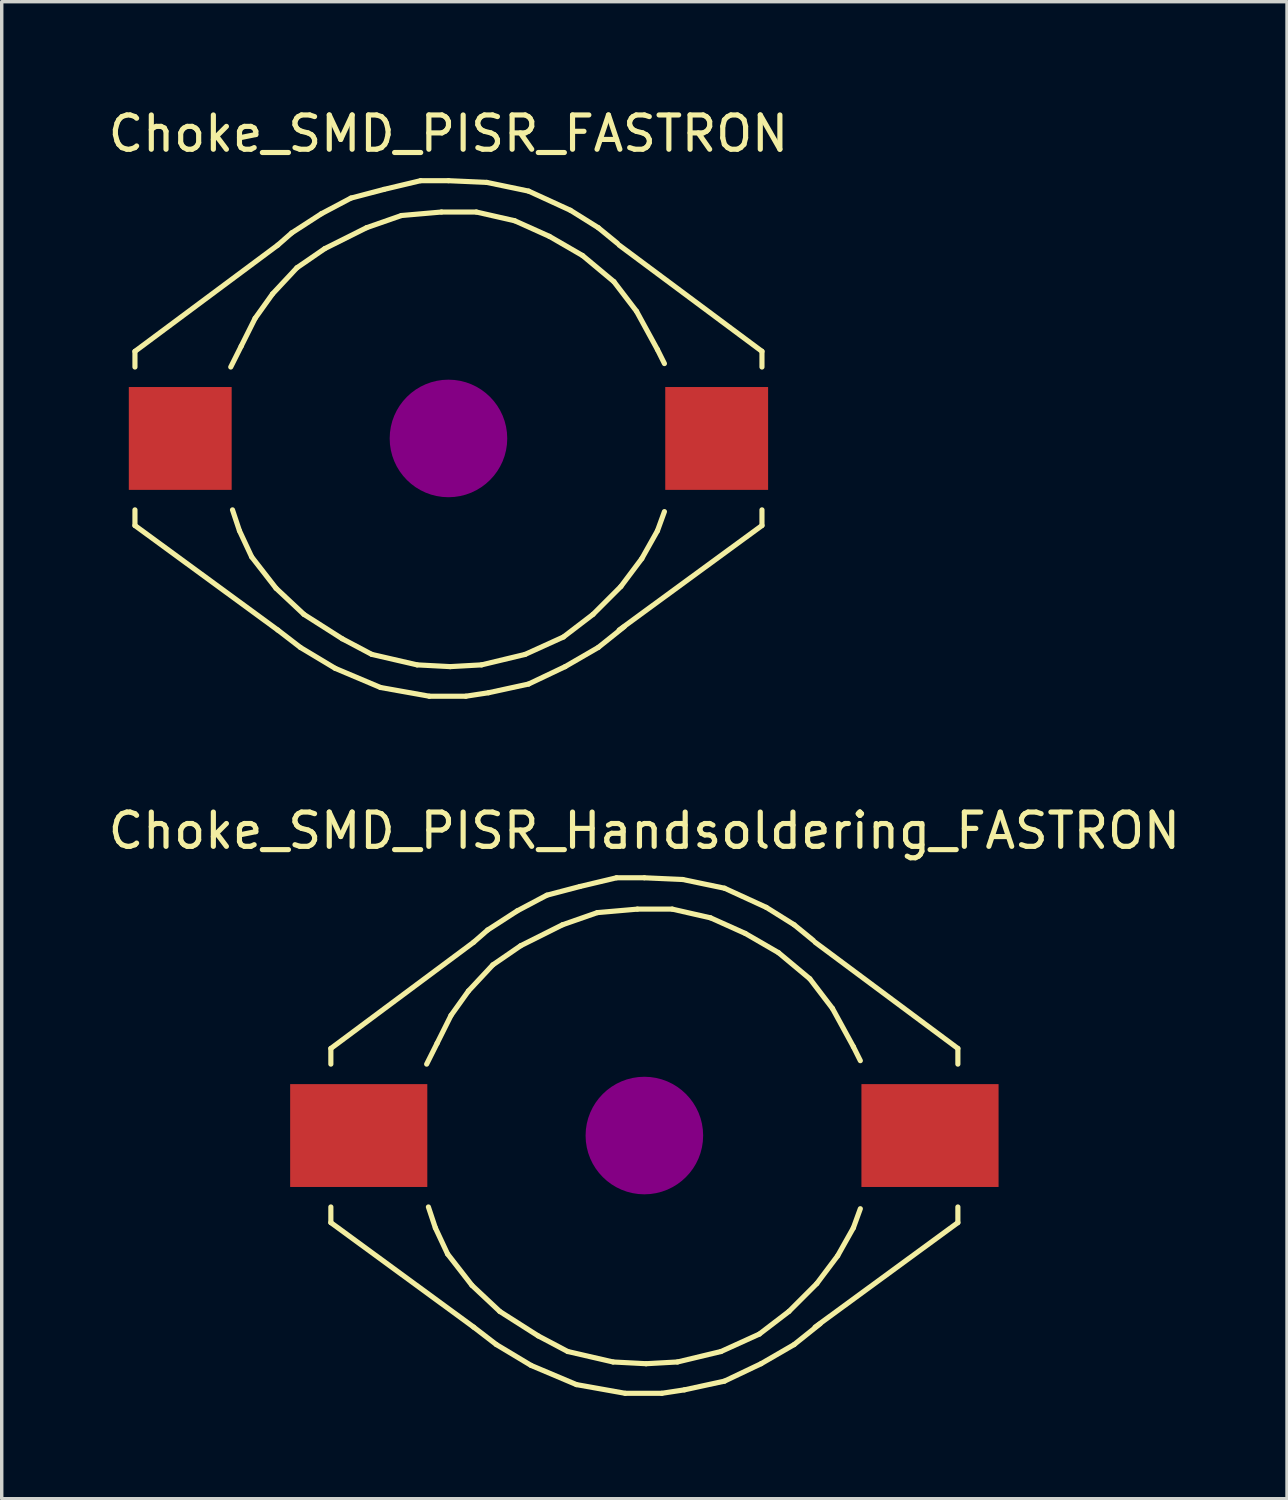
<source format=kicad_pcb>
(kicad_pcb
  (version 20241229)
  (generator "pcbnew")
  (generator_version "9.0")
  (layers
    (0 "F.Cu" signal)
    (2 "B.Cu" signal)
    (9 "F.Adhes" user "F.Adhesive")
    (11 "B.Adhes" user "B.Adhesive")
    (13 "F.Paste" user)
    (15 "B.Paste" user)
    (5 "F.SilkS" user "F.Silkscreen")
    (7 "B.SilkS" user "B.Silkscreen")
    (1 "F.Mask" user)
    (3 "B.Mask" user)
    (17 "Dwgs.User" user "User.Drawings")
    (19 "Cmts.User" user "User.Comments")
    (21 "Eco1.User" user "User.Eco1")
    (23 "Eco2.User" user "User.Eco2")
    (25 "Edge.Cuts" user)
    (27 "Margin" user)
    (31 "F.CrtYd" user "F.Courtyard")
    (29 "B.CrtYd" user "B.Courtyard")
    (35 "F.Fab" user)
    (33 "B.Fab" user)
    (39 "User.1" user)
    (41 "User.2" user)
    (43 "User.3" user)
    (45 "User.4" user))
  (footprint "Choke_SMD_PISR_Handsoldering_FASTRON"
    (layer "F.Cu")
    (at 15.744 30.07)
    (property "Reference" "Choke_SMD_PISR_Handsoldering_FASTRON" (at 0 -8.89 0) (layer "F.SilkS") (effects (font (size 1 1) (thickness 0.15))))
    (attr smd)
    (fp_line (start -9.144 -2.54) (end -4.978 -5.639) (stroke (width 0.15) (type solid)) (layer "F.SilkS"))
    (fp_line (start -9.144 -2.083) (end -9.144 -2.54) (stroke (width 0.15) (type solid)) (layer "F.SilkS"))
    (fp_line (start -9.144 2.083) (end -9.144 2.54) (stroke (width 0.15) (type solid)) (layer "F.SilkS"))
    (fp_line (start -9.144 2.54) (end -4.978 5.588) (stroke (width 0.15) (type solid)) (layer "F.SilkS"))
    (fp_line (start -6.35 -2.083) (end -6.045 -2.692) (stroke (width 0.15) (type solid)) (layer "F.SilkS"))
    (fp_line (start -6.299 2.083) (end -6.096 2.692) (stroke (width 0.15) (type solid)) (layer "F.SilkS"))
    (fp_line (start -6.096 2.692) (end -5.74 3.454) (stroke (width 0.15) (type solid)) (layer "F.SilkS"))
    (fp_line (start -6.045 -2.692) (end -5.639 -3.505) (stroke (width 0.15) (type solid)) (layer "F.SilkS"))
    (fp_line (start -5.74 3.454) (end -5.029 4.369) (stroke (width 0.15) (type solid)) (layer "F.SilkS"))
    (fp_line (start -5.639 -3.505) (end -5.131 -4.216) (stroke (width 0.15) (type solid)) (layer "F.SilkS"))
    (fp_line (start -5.131 -4.216) (end -4.42 -4.978) (stroke (width 0.15) (type solid)) (layer "F.SilkS"))
    (fp_line (start -5.029 4.369) (end -4.216 5.131) (stroke (width 0.15) (type solid)) (layer "F.SilkS"))
    (fp_line (start -4.978 -5.639) (end -4.572 -5.994) (stroke (width 0.15) (type solid)) (layer "F.SilkS"))
    (fp_line (start -4.978 5.588) (end -4.318 6.096) (stroke (width 0.15) (type solid)) (layer "F.SilkS"))
    (fp_line (start -4.572 -5.994) (end -3.708 -6.553) (stroke (width 0.15) (type solid)) (layer "F.SilkS"))
    (fp_line (start -4.42 -4.978) (end -3.607 -5.537) (stroke (width 0.15) (type solid)) (layer "F.SilkS"))
    (fp_line (start -4.318 6.096) (end -3.302 6.706) (stroke (width 0.15) (type solid)) (layer "F.SilkS"))
    (fp_line (start -4.216 5.131) (end -3.099 5.842) (stroke (width 0.15) (type solid)) (layer "F.SilkS"))
    (fp_line (start -3.708 -6.553) (end -2.845 -7.01) (stroke (width 0.15) (type solid)) (layer "F.SilkS"))
    (fp_line (start -3.607 -5.537) (end -2.388 -6.147) (stroke (width 0.15) (type solid)) (layer "F.SilkS"))
    (fp_line (start -3.302 6.706) (end -1.981 7.264) (stroke (width 0.15) (type solid)) (layer "F.SilkS"))
    (fp_line (start -3.099 5.842) (end -2.235 6.299) (stroke (width 0.15) (type solid)) (layer "F.SilkS"))
    (fp_line (start -2.845 -7.01) (end -1.88 -7.264) (stroke (width 0.15) (type solid)) (layer "F.SilkS"))
    (fp_line (start -2.388 -6.147) (end -1.372 -6.502) (stroke (width 0.15) (type solid)) (layer "F.SilkS"))
    (fp_line (start -2.235 6.299) (end -0.914 6.604) (stroke (width 0.15) (type solid)) (layer "F.SilkS"))
    (fp_line (start -1.981 7.264) (end -0.559 7.518) (stroke (width 0.15) (type solid)) (layer "F.SilkS"))
    (fp_line (start -1.88 -7.264) (end -0.813 -7.518) (stroke (width 0.15) (type solid)) (layer "F.SilkS"))
    (fp_line (start -1.372 -6.502) (end -0.203 -6.604) (stroke (width 0.15) (type solid)) (layer "F.SilkS"))
    (fp_line (start -0.914 6.604) (end 0.051 6.655) (stroke (width 0.15) (type solid)) (layer "F.SilkS"))
    (fp_line (start -0.813 -7.518) (end 0 -7.518) (stroke (width 0.15) (type solid)) (layer "F.SilkS"))
    (fp_line (start -0.559 7.518) (end 0.508 7.518) (stroke (width 0.15) (type solid)) (layer "F.SilkS"))
    (fp_line (start -0.203 -6.604) (end 0.813 -6.604) (stroke (width 0.15) (type solid)) (layer "F.SilkS"))
    (fp_line (start 0 -7.518) (end 1.118 -7.468) (stroke (width 0.15) (type solid)) (layer "F.SilkS"))
    (fp_line (start 0.051 6.655) (end 0.965 6.604) (stroke (width 0.15) (type solid)) (layer "F.SilkS"))
    (fp_line (start 0.508 7.518) (end 1.168 7.417) (stroke (width 0.15) (type solid)) (layer "F.SilkS"))
    (fp_line (start 0.813 -6.604) (end 1.93 -6.35) (stroke (width 0.15) (type solid)) (layer "F.SilkS"))
    (fp_line (start 0.965 6.604) (end 2.235 6.299) (stroke (width 0.15) (type solid)) (layer "F.SilkS"))
    (fp_line (start 1.118 -7.468) (end 2.337 -7.214) (stroke (width 0.15) (type solid)) (layer "F.SilkS"))
    (fp_line (start 1.168 7.417) (end 2.337 7.163) (stroke (width 0.15) (type solid)) (layer "F.SilkS"))
    (fp_line (start 1.93 -6.35) (end 2.946 -5.893) (stroke (width 0.15) (type solid)) (layer "F.SilkS"))
    (fp_line (start 2.235 6.299) (end 3.353 5.791) (stroke (width 0.15) (type solid)) (layer "F.SilkS"))
    (fp_line (start 2.337 -7.214) (end 3.556 -6.655) (stroke (width 0.15) (type solid)) (layer "F.SilkS"))
    (fp_line (start 2.337 7.163) (end 3.404 6.655) (stroke (width 0.15) (type solid)) (layer "F.SilkS"))
    (fp_line (start 2.946 -5.893) (end 3.912 -5.334) (stroke (width 0.15) (type solid)) (layer "F.SilkS"))
    (fp_line (start 3.353 5.791) (end 4.216 5.131) (stroke (width 0.15) (type solid)) (layer "F.SilkS"))
    (fp_line (start 3.404 6.655) (end 4.369 6.096) (stroke (width 0.15) (type solid)) (layer "F.SilkS"))
    (fp_line (start 3.556 -6.655) (end 4.369 -6.147) (stroke (width 0.15) (type solid)) (layer "F.SilkS"))
    (fp_line (start 3.912 -5.334) (end 4.826 -4.572) (stroke (width 0.15) (type solid)) (layer "F.SilkS"))
    (fp_line (start 4.216 5.131) (end 5.029 4.318) (stroke (width 0.15) (type solid)) (layer "F.SilkS"))
    (fp_line (start 4.369 -6.147) (end 4.928 -5.69) (stroke (width 0.15) (type solid)) (layer "F.SilkS"))
    (fp_line (start 4.369 6.096) (end 5.131 5.486) (stroke (width 0.15) (type solid)) (layer "F.SilkS"))
    (fp_line (start 4.826 -4.572) (end 5.486 -3.708) (stroke (width 0.15) (type solid)) (layer "F.SilkS"))
    (fp_line (start 5.029 4.318) (end 5.639 3.505) (stroke (width 0.15) (type solid)) (layer "F.SilkS"))
    (fp_line (start 5.486 -3.708) (end 6.096 -2.591) (stroke (width 0.15) (type solid)) (layer "F.SilkS"))
    (fp_line (start 5.639 3.505) (end 6.096 2.692) (stroke (width 0.15) (type solid)) (layer "F.SilkS"))
    (fp_line (start 6.096 -2.591) (end 6.299 -2.184) (stroke (width 0.15) (type solid)) (layer "F.SilkS"))
    (fp_line (start 6.096 2.692) (end 6.299 2.134) (stroke (width 0.15) (type solid)) (layer "F.SilkS"))
    (fp_line (start 9.144 -2.54) (end 4.978 -5.639) (stroke (width 0.15) (type solid)) (layer "F.SilkS"))
    (fp_line (start 9.144 -2.083) (end 9.144 -2.54) (stroke (width 0.15) (type solid)) (layer "F.SilkS"))
    (fp_line (start 9.144 2.083) (end 9.144 2.54) (stroke (width 0.15) (type solid)) (layer "F.SilkS"))
    (fp_line (start 9.144 2.54) (end 4.978 5.588) (stroke (width 0.15) (type solid)) (layer "F.SilkS"))
    (fp_line (start 0 -0.254) (end 0 0.254) (stroke (width 0.381) (type solid)) (layer "F.Adhes"))
    (fp_circle (center 0 0) (end 0 0.254) (stroke (width 0.381) (type solid)) (fill no) (layer "F.Adhes"))
    (fp_circle (center 0 0) (end 0 0.508) (stroke (width 0.381) (type solid)) (fill no) (layer "F.Adhes"))
    (fp_circle (center 0 0) (end 0 0.762) (stroke (width 0.381) (type solid)) (fill no) (layer "F.Adhes"))
    (fp_circle (center 0 0) (end 0 1.016) (stroke (width 0.381) (type solid)) (fill no) (layer "F.Adhes"))
    (fp_circle (center 0 0) (end 0 1.27) (stroke (width 0.381) (type solid)) (fill no) (layer "F.Adhes"))
    (fp_circle (center 0 0) (end 0 1.524) (stroke (width 0.381) (type solid)) (fill no) (layer "F.Adhes"))
    (pad "1" smd rect (at 8.331 0) (size 4 3) (layers "F.Cu" "F.Mask" "F.Paste"))
    (pad "2" smd rect (at -8.331 0) (size 4 3) (layers "F.Cu" "F.Mask" "F.Paste")))
  (footprint "Choke_SMD_PISR_FASTRON"
    (layer "F.Cu")
    (at 10.03 9.738)
    (property "Reference" "Choke_SMD_PISR_FASTRON" (at 0 -8.89 0) (layer "F.SilkS") (effects (font (size 1 1) (thickness 0.15))))
    (attr smd)
    (fp_line (start -9.144 -2.54) (end -4.978 -5.639) (stroke (width 0.15) (type solid)) (layer "F.SilkS"))
    (fp_line (start -9.144 -2.083) (end -9.144 -2.54) (stroke (width 0.15) (type solid)) (layer "F.SilkS"))
    (fp_line (start -9.144 2.083) (end -9.144 2.54) (stroke (width 0.15) (type solid)) (layer "F.SilkS"))
    (fp_line (start -9.144 2.54) (end -4.978 5.588) (stroke (width 0.15) (type solid)) (layer "F.SilkS"))
    (fp_line (start -6.35 -2.083) (end -6.045 -2.692) (stroke (width 0.15) (type solid)) (layer "F.SilkS"))
    (fp_line (start -6.299 2.083) (end -6.096 2.692) (stroke (width 0.15) (type solid)) (layer "F.SilkS"))
    (fp_line (start -6.096 2.692) (end -5.74 3.454) (stroke (width 0.15) (type solid)) (layer "F.SilkS"))
    (fp_line (start -6.045 -2.692) (end -5.639 -3.505) (stroke (width 0.15) (type solid)) (layer "F.SilkS"))
    (fp_line (start -5.74 3.454) (end -5.029 4.369) (stroke (width 0.15) (type solid)) (layer "F.SilkS"))
    (fp_line (start -5.639 -3.505) (end -5.131 -4.216) (stroke (width 0.15) (type solid)) (layer "F.SilkS"))
    (fp_line (start -5.131 -4.216) (end -4.42 -4.978) (stroke (width 0.15) (type solid)) (layer "F.SilkS"))
    (fp_line (start -5.029 4.369) (end -4.216 5.131) (stroke (width 0.15) (type solid)) (layer "F.SilkS"))
    (fp_line (start -4.978 -5.639) (end -4.572 -5.994) (stroke (width 0.15) (type solid)) (layer "F.SilkS"))
    (fp_line (start -4.978 5.588) (end -4.318 6.096) (stroke (width 0.15) (type solid)) (layer "F.SilkS"))
    (fp_line (start -4.572 -5.994) (end -3.708 -6.553) (stroke (width 0.15) (type solid)) (layer "F.SilkS"))
    (fp_line (start -4.42 -4.978) (end -3.607 -5.537) (stroke (width 0.15) (type solid)) (layer "F.SilkS"))
    (fp_line (start -4.318 6.096) (end -3.302 6.706) (stroke (width 0.15) (type solid)) (layer "F.SilkS"))
    (fp_line (start -4.216 5.131) (end -3.099 5.842) (stroke (width 0.15) (type solid)) (layer "F.SilkS"))
    (fp_line (start -3.708 -6.553) (end -2.845 -7.01) (stroke (width 0.15) (type solid)) (layer "F.SilkS"))
    (fp_line (start -3.607 -5.537) (end -2.388 -6.147) (stroke (width 0.15) (type solid)) (layer "F.SilkS"))
    (fp_line (start -3.302 6.706) (end -1.981 7.264) (stroke (width 0.15) (type solid)) (layer "F.SilkS"))
    (fp_line (start -3.099 5.842) (end -2.235 6.299) (stroke (width 0.15) (type solid)) (layer "F.SilkS"))
    (fp_line (start -2.845 -7.01) (end -1.88 -7.264) (stroke (width 0.15) (type solid)) (layer "F.SilkS"))
    (fp_line (start -2.388 -6.147) (end -1.372 -6.502) (stroke (width 0.15) (type solid)) (layer "F.SilkS"))
    (fp_line (start -2.235 6.299) (end -0.914 6.604) (stroke (width 0.15) (type solid)) (layer "F.SilkS"))
    (fp_line (start -1.981 7.264) (end -0.559 7.518) (stroke (width 0.15) (type solid)) (layer "F.SilkS"))
    (fp_line (start -1.88 -7.264) (end -0.813 -7.518) (stroke (width 0.15) (type solid)) (layer "F.SilkS"))
    (fp_line (start -1.372 -6.502) (end -0.203 -6.604) (stroke (width 0.15) (type solid)) (layer "F.SilkS"))
    (fp_line (start -0.914 6.604) (end 0.051 6.655) (stroke (width 0.15) (type solid)) (layer "F.SilkS"))
    (fp_line (start -0.813 -7.518) (end 0 -7.518) (stroke (width 0.15) (type solid)) (layer "F.SilkS"))
    (fp_line (start -0.559 7.518) (end 0.508 7.518) (stroke (width 0.15) (type solid)) (layer "F.SilkS"))
    (fp_line (start -0.203 -6.604) (end 0.813 -6.604) (stroke (width 0.15) (type solid)) (layer "F.SilkS"))
    (fp_line (start 0 -7.518) (end 1.118 -7.468) (stroke (width 0.15) (type solid)) (layer "F.SilkS"))
    (fp_line (start 0.051 6.655) (end 0.965 6.604) (stroke (width 0.15) (type solid)) (layer "F.SilkS"))
    (fp_line (start 0.508 7.518) (end 1.168 7.417) (stroke (width 0.15) (type solid)) (layer "F.SilkS"))
    (fp_line (start 0.813 -6.604) (end 1.93 -6.35) (stroke (width 0.15) (type solid)) (layer "F.SilkS"))
    (fp_line (start 0.965 6.604) (end 2.235 6.299) (stroke (width 0.15) (type solid)) (layer "F.SilkS"))
    (fp_line (start 1.118 -7.468) (end 2.337 -7.214) (stroke (width 0.15) (type solid)) (layer "F.SilkS"))
    (fp_line (start 1.168 7.417) (end 2.337 7.163) (stroke (width 0.15) (type solid)) (layer "F.SilkS"))
    (fp_line (start 1.93 -6.35) (end 2.946 -5.893) (stroke (width 0.15) (type solid)) (layer "F.SilkS"))
    (fp_line (start 2.235 6.299) (end 3.353 5.791) (stroke (width 0.15) (type solid)) (layer "F.SilkS"))
    (fp_line (start 2.337 -7.214) (end 3.556 -6.655) (stroke (width 0.15) (type solid)) (layer "F.SilkS"))
    (fp_line (start 2.337 7.163) (end 3.404 6.655) (stroke (width 0.15) (type solid)) (layer "F.SilkS"))
    (fp_line (start 2.946 -5.893) (end 3.912 -5.334) (stroke (width 0.15) (type solid)) (layer "F.SilkS"))
    (fp_line (start 3.353 5.791) (end 4.216 5.131) (stroke (width 0.15) (type solid)) (layer "F.SilkS"))
    (fp_line (start 3.404 6.655) (end 4.369 6.096) (stroke (width 0.15) (type solid)) (layer "F.SilkS"))
    (fp_line (start 3.556 -6.655) (end 4.369 -6.147) (stroke (width 0.15) (type solid)) (layer "F.SilkS"))
    (fp_line (start 3.912 -5.334) (end 4.826 -4.572) (stroke (width 0.15) (type solid)) (layer "F.SilkS"))
    (fp_line (start 4.216 5.131) (end 5.029 4.318) (stroke (width 0.15) (type solid)) (layer "F.SilkS"))
    (fp_line (start 4.369 -6.147) (end 4.928 -5.69) (stroke (width 0.15) (type solid)) (layer "F.SilkS"))
    (fp_line (start 4.369 6.096) (end 5.131 5.486) (stroke (width 0.15) (type solid)) (layer "F.SilkS"))
    (fp_line (start 4.826 -4.572) (end 5.486 -3.708) (stroke (width 0.15) (type solid)) (layer "F.SilkS"))
    (fp_line (start 5.029 4.318) (end 5.639 3.505) (stroke (width 0.15) (type solid)) (layer "F.SilkS"))
    (fp_line (start 5.486 -3.708) (end 6.096 -2.591) (stroke (width 0.15) (type solid)) (layer "F.SilkS"))
    (fp_line (start 5.639 3.505) (end 6.096 2.692) (stroke (width 0.15) (type solid)) (layer "F.SilkS"))
    (fp_line (start 6.096 -2.591) (end 6.299 -2.184) (stroke (width 0.15) (type solid)) (layer "F.SilkS"))
    (fp_line (start 6.096 2.692) (end 6.299 2.134) (stroke (width 0.15) (type solid)) (layer "F.SilkS"))
    (fp_line (start 9.144 -2.54) (end 4.978 -5.639) (stroke (width 0.15) (type solid)) (layer "F.SilkS"))
    (fp_line (start 9.144 -2.083) (end 9.144 -2.54) (stroke (width 0.15) (type solid)) (layer "F.SilkS"))
    (fp_line (start 9.144 2.083) (end 9.144 2.54) (stroke (width 0.15) (type solid)) (layer "F.SilkS"))
    (fp_line (start 9.144 2.54) (end 4.978 5.588) (stroke (width 0.15) (type solid)) (layer "F.SilkS"))
    (fp_line (start 0 -0.254) (end 0 0.254) (stroke (width 0.381) (type solid)) (layer "F.Adhes"))
    (fp_circle (center 0 0) (end 0 0.254) (stroke (width 0.381) (type solid)) (fill no) (layer "F.Adhes"))
    (fp_circle (center 0 0) (end 0 0.508) (stroke (width 0.381) (type solid)) (fill no) (layer "F.Adhes"))
    (fp_circle (center 0 0) (end 0 0.762) (stroke (width 0.381) (type solid)) (fill no) (layer "F.Adhes"))
    (fp_circle (center 0 0) (end 0 1.016) (stroke (width 0.381) (type solid)) (fill no) (layer "F.Adhes"))
    (fp_circle (center 0 0) (end 0 1.27) (stroke (width 0.381) (type solid)) (fill no) (layer "F.Adhes"))
    (fp_circle (center 0 0) (end 0 1.524) (stroke (width 0.381) (type solid)) (fill no) (layer "F.Adhes"))
    (pad "1" smd rect (at 7.823 0) (size 3 3) (layers "F.Cu" "F.Mask" "F.Paste"))
    (pad "2" smd rect (at -7.823 0) (size 3 3) (layers "F.Cu" "F.Mask" "F.Paste")))
  (gr_rect
    (start -3 -3)
    (end 34.488 40.663)
    (stroke (width 0.1) (type default))
    (fill no)
    (layer "Edge.Cuts")))
</source>
